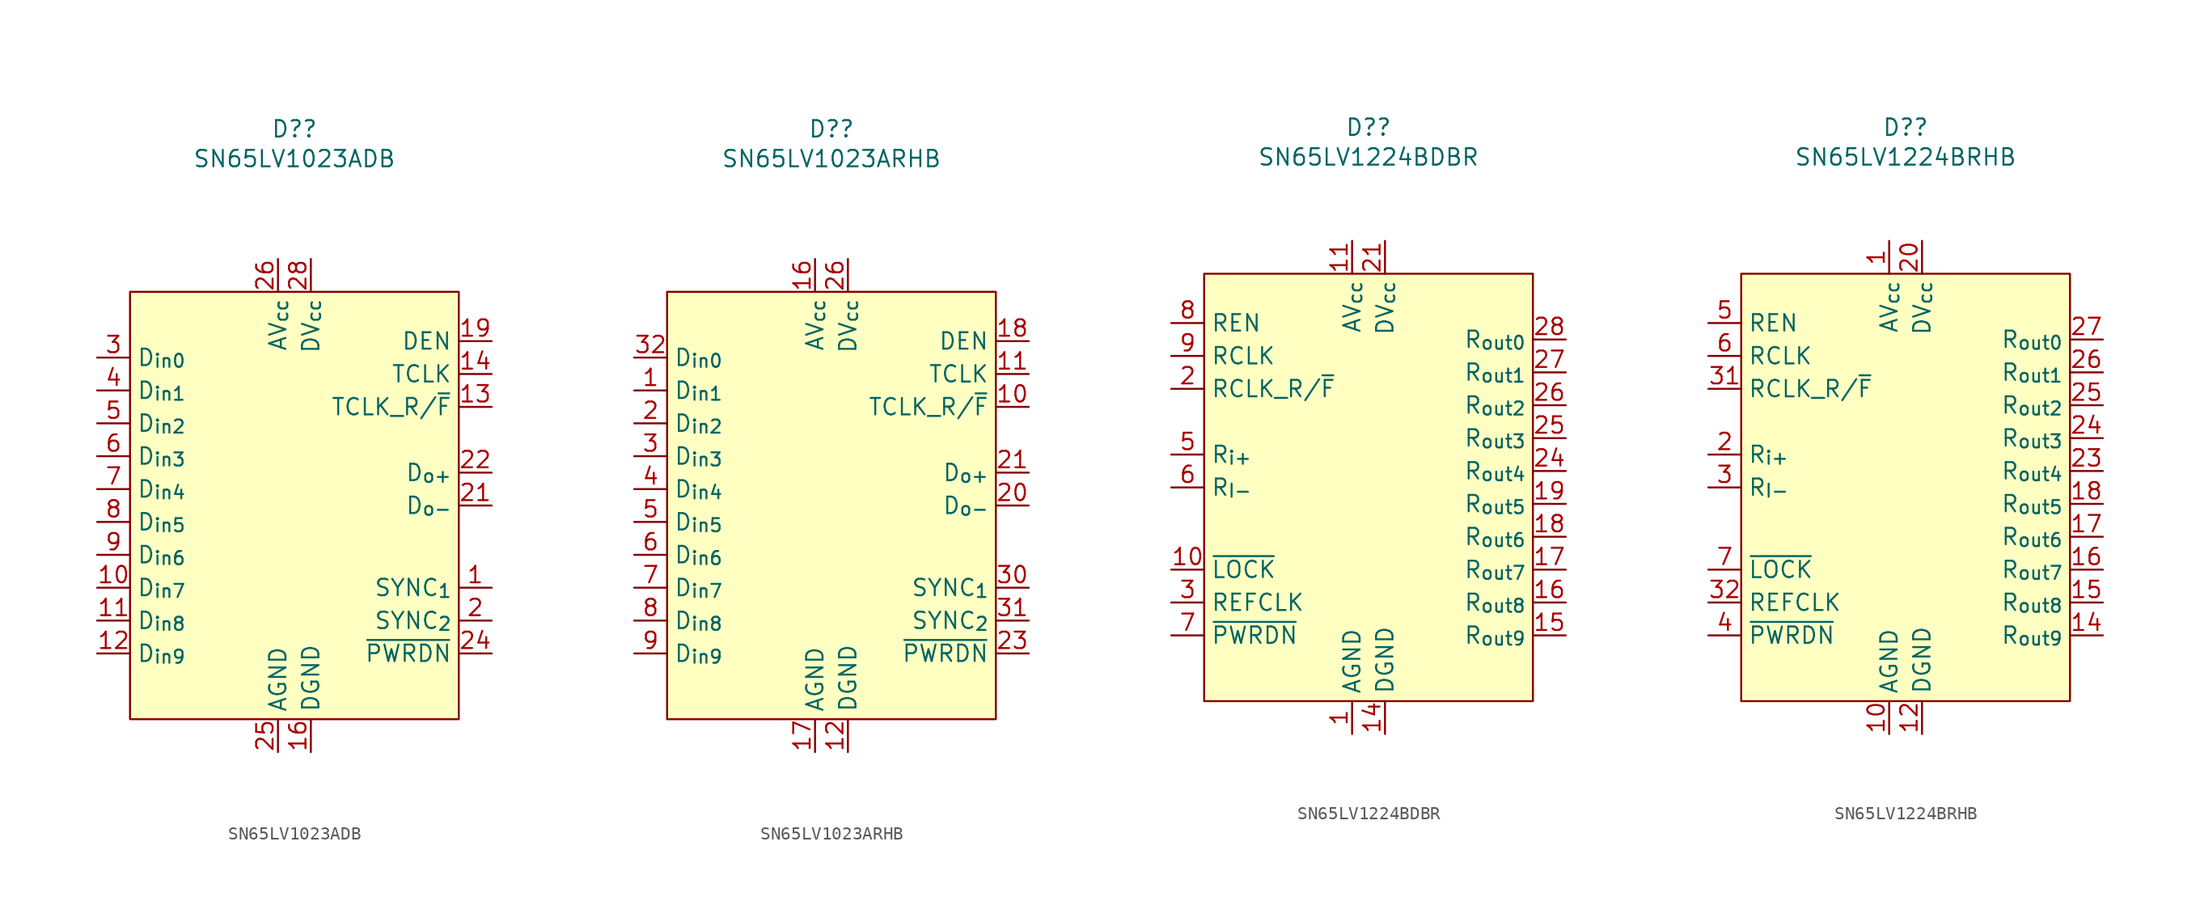
<source format=kicad_sym>
(kicad_symbol_lib
  (version 20211014)
  (generator kicad_symbol_editor)
  (symbol "SN65LV1023ADB"
    (property "Reference" "D?"
      (at 0 2.417 0)
      (effects (font (size 1.27 1.27))))
    (property "Value" "SN65LV1023ADB"
      (at 0 0.118 0)
      (effects (font (size 1.27 1.27))))
    (symbol "SN65LV1023ADB_0_1"
      (rectangle (start -12.7 -10.16) (end 12.7 -43.18) (stroke (width 0.152) (type default) (color 0 0 0 0)) (fill (type background))))
    (symbol "SN65LV1023ADB_1_1"
      (pin input line (at 15.24 -33.02 180) (length 2.54) (name "SYNC_{1}" (effects (font (size 1.27 1.27)))) (number "1" (effects (font (size 1.27 1.27)))))
      (pin output line (at -15.24 -33.02 0) (length 2.54) (name "D_{in7}" (effects (font (size 1.27 1.27)))) (number "10" (effects (font (size 1.27 1.27)))))
      (pin output line (at -15.24 -35.56 0) (length 2.54) (name "D_{in8}" (effects (font (size 1.27 1.27)))) (number "11" (effects (font (size 1.27 1.27)))))
      (pin output line (at -15.24 -38.1 0) (length 2.54) (name "D_{in9}" (effects (font (size 1.27 1.27)))) (number "12" (effects (font (size 1.27 1.27)))))
      (pin input line (at 15.24 -19.05 180) (length 2.54) (name "TCLK_R/~{F}" (effects (font (size 1.27 1.27)))) (number "13" (effects (font (size 1.27 1.27)))))
      (pin input line (at 15.24 -16.51 180) (length 2.54) (name "TCLK" (effects (font (size 1.27 1.27)))) (number "14" (effects (font (size 1.27 1.27)))))
      (pin input line (at 1.27 -45.72 90) (length 2.54) hide (name "DGND" (effects (font (size 1.27 1.27)))) (number "15" (effects (font (size 1.27 1.27)))))
      (pin input line (at 1.27 -45.72 90) (length 2.54) (name "DGND" (effects (font (size 1.27 1.27)))) (number "16" (effects (font (size 1.27 1.27)))))
      (pin input line (at -1.27 -7.62 270) (length 2.54) hide (name "AV_{cc}" (effects (font (size 1.27 1.27)))) (number "17" (effects (font (size 1.27 1.27)))))
      (pin input line (at -1.27 -45.72 90) (length 2.54) hide (name "AGND" (effects (font (size 1.27 1.27)))) (number "18" (effects (font (size 1.27 1.27)))))
      (pin input line (at 15.24 -13.97 180) (length 2.54) (name "DEN" (effects (font (size 1.27 1.27)))) (number "19" (effects (font (size 1.27 1.27)))))
      (pin input line (at 15.24 -35.56 180) (length 2.54) (name "SYNC_{2}" (effects (font (size 1.27 1.27)))) (number "2" (effects (font (size 1.27 1.27)))))
      (pin input line (at -1.27 -45.72 90) (length 2.54) hide (name "AGND" (effects (font (size 1.27 1.27)))) (number "20" (effects (font (size 1.27 1.27)))))
      (pin input line (at 15.24 -26.67 180) (length 2.54) (name "D_{o-}" (effects (font (size 1.27 1.27)))) (number "21" (effects (font (size 1.27 1.27)))))
      (pin input line (at 15.24 -24.13 180) (length 2.54) (name "D_{o+}" (effects (font (size 1.27 1.27)))) (number "22" (effects (font (size 1.27 1.27)))))
      (pin input line (at -1.27 -45.72 90) (length 2.54) hide (name "AGND" (effects (font (size 1.27 1.27)))) (number "23" (effects (font (size 1.27 1.27)))))
      (pin input line (at 15.24 -38.1 180) (length 2.54) (name "~{PWRDN}" (effects (font (size 1.27 1.27)))) (number "24" (effects (font (size 1.27 1.27)))))
      (pin input line (at -1.27 -45.72 90) (length 2.54) (name "AGND" (effects (font (size 1.27 1.27)))) (number "25" (effects (font (size 1.27 1.27)))))
      (pin input line (at -1.27 -7.62 270) (length 2.54) (name "AV_{cc}" (effects (font (size 1.27 1.27)))) (number "26" (effects (font (size 1.27 1.27)))))
      (pin input line (at 1.27 -7.62 270) (length 2.54) hide (name "DV_{cc}" (effects (font (size 1.27 1.27)))) (number "27" (effects (font (size 1.27 1.27)))))
      (pin input line (at 1.27 -7.62 270) (length 2.54) (name "DV_{cc}" (effects (font (size 1.27 1.27)))) (number "28" (effects (font (size 1.27 1.27)))))
      (pin output line (at -15.24 -15.24 0) (length 2.54) (name "D_{in0}" (effects (font (size 1.27 1.27)))) (number "3" (effects (font (size 1.27 1.27)))))
      (pin output line (at -15.24 -17.78 0) (length 2.54) (name "D_{in1}" (effects (font (size 1.27 1.27)))) (number "4" (effects (font (size 1.27 1.27)))))
      (pin output line (at -15.24 -20.32 0) (length 2.54) (name "D_{in2}" (effects (font (size 1.27 1.27)))) (number "5" (effects (font (size 1.27 1.27)))))
      (pin output line (at -15.24 -22.86 0) (length 2.54) (name "D_{in3}" (effects (font (size 1.27 1.27)))) (number "6" (effects (font (size 1.27 1.27)))))
      (pin output line (at -15.24 -25.4 0) (length 2.54) (name "D_{in4}" (effects (font (size 1.27 1.27)))) (number "7" (effects (font (size 1.27 1.27)))))
      (pin output line (at -15.24 -27.94 0) (length 2.54) (name "D_{in5}" (effects (font (size 1.27 1.27)))) (number "8" (effects (font (size 1.27 1.27)))))
      (pin output line (at -15.24 -30.48 0) (length 2.54) (name "D_{in6}" (effects (font (size 1.27 1.27)))) (number "9" (effects (font (size 1.27 1.27)))))))
  (symbol "SN65LV1023ARHB"
    (property "Reference" "D?"
      (at 0 2.417 0)
      (effects (font (size 1.27 1.27))))
    (property "Value" "SN65LV1023ARHB"
      (at 0 0.118 0)
      (effects (font (size 1.27 1.27))))
    (symbol "SN65LV1023ARHB_0_1"
      (rectangle (start -12.7 -10.16) (end 12.7 -43.18) (stroke (width 0.152) (type default) (color 0 0 0 0)) (fill (type background))))
    (symbol "SN65LV1023ARHB_1_1"
      (pin output line (at -15.24 -17.78 0) (length 2.54) (name "D_{in1}" (effects (font (size 1.27 1.27)))) (number "1" (effects (font (size 1.27 1.27)))))
      (pin input line (at 15.24 -19.05 180) (length 2.54) (name "TCLK_R/~{F}" (effects (font (size 1.27 1.27)))) (number "10" (effects (font (size 1.27 1.27)))))
      (pin input line (at 15.24 -16.51 180) (length 2.54) (name "TCLK" (effects (font (size 1.27 1.27)))) (number "11" (effects (font (size 1.27 1.27)))))
      (pin input line (at 1.27 -45.72 90) (length 2.54) (name "DGND" (effects (font (size 1.27 1.27)))) (number "12" (effects (font (size 1.27 1.27)))))
      (pin input line (at 1.27 -45.72 90) (length 2.54) hide (name "DGND" (effects (font (size 1.27 1.27)))) (number "13" (effects (font (size 1.27 1.27)))))
      (pin input line (at 1.27 -45.72 90) (length 2.54) hide (name "DGND" (effects (font (size 1.27 1.27)))) (number "14" (effects (font (size 1.27 1.27)))))
      (pin input line (at 1.27 -45.72 90) (length 2.54) hide (name "DGND" (effects (font (size 1.27 1.27)))) (number "15" (effects (font (size 1.27 1.27)))))
      (pin input line (at -1.27 -7.62 270) (length 2.54) (name "AV_{cc}" (effects (font (size 1.27 1.27)))) (number "16" (effects (font (size 1.27 1.27)))))
      (pin input line (at -1.27 -45.72 90) (length 2.54) (name "AGND" (effects (font (size 1.27 1.27)))) (number "17" (effects (font (size 1.27 1.27)))))
      (pin input line (at 15.24 -13.97 180) (length 2.54) (name "DEN" (effects (font (size 1.27 1.27)))) (number "18" (effects (font (size 1.27 1.27)))))
      (pin input line (at -1.27 -45.72 90) (length 2.54) hide (name "AGND" (effects (font (size 1.27 1.27)))) (number "19" (effects (font (size 1.27 1.27)))))
      (pin output line (at -15.24 -20.32 0) (length 2.54) (name "D_{in2}" (effects (font (size 1.27 1.27)))) (number "2" (effects (font (size 1.27 1.27)))))
      (pin input line (at 15.24 -26.67 180) (length 2.54) (name "D_{o-}" (effects (font (size 1.27 1.27)))) (number "20" (effects (font (size 1.27 1.27)))))
      (pin input line (at 15.24 -24.13 180) (length 2.54) (name "D_{o+}" (effects (font (size 1.27 1.27)))) (number "21" (effects (font (size 1.27 1.27)))))
      (pin input line (at -1.27 -45.72 90) (length 2.54) hide (name "AGND" (effects (font (size 1.27 1.27)))) (number "22" (effects (font (size 1.27 1.27)))))
      (pin input line (at 15.24 -38.1 180) (length 2.54) (name "~{PWRDN}" (effects (font (size 1.27 1.27)))) (number "23" (effects (font (size 1.27 1.27)))))
      (pin input line (at -1.27 -45.72 90) (length 2.54) hide (name "AGND" (effects (font (size 1.27 1.27)))) (number "24" (effects (font (size 1.27 1.27)))))
      (pin input line (at -1.27 -7.62 270) (length 2.54) hide (name "AV_{cc}" (effects (font (size 1.27 1.27)))) (number "25" (effects (font (size 1.27 1.27)))))
      (pin input line (at 1.27 -7.62 270) (length 2.54) (name "DV_{cc}" (effects (font (size 1.27 1.27)))) (number "26" (effects (font (size 1.27 1.27)))))
      (pin input line (at 1.27 -7.62 270) (length 2.54) hide (name "DV_{cc}" (effects (font (size 1.27 1.27)))) (number "27" (effects (font (size 1.27 1.27)))))
      (pin input line (at 1.27 -7.62 270) (length 2.54) hide (name "DV_{cc}" (effects (font (size 1.27 1.27)))) (number "28" (effects (font (size 1.27 1.27)))))
      (pin input line (at 1.27 -7.62 270) (length 2.54) hide (name "DV_{cc}" (effects (font (size 1.27 1.27)))) (number "29" (effects (font (size 1.27 1.27)))))
      (pin output line (at -15.24 -22.86 0) (length 2.54) (name "D_{in3}" (effects (font (size 1.27 1.27)))) (number "3" (effects (font (size 1.27 1.27)))))
      (pin input line (at 15.24 -33.02 180) (length 2.54) (name "SYNC_{1}" (effects (font (size 1.27 1.27)))) (number "30" (effects (font (size 1.27 1.27)))))
      (pin input line (at 15.24 -35.56 180) (length 2.54) (name "SYNC_{2}" (effects (font (size 1.27 1.27)))) (number "31" (effects (font (size 1.27 1.27)))))
      (pin output line (at -15.24 -15.24 0) (length 2.54) (name "D_{in0}" (effects (font (size 1.27 1.27)))) (number "32" (effects (font (size 1.27 1.27)))))
      (pin input line (at 1.27 -45.72 90) (length 2.54) hide (name "DGND" (effects (font (size 1.27 1.27)))) (number "33" (effects (font (size 1.27 1.27)))))
      (pin output line (at -15.24 -25.4 0) (length 2.54) (name "D_{in4}" (effects (font (size 1.27 1.27)))) (number "4" (effects (font (size 1.27 1.27)))))
      (pin output line (at -15.24 -27.94 0) (length 2.54) (name "D_{in5}" (effects (font (size 1.27 1.27)))) (number "5" (effects (font (size 1.27 1.27)))))
      (pin output line (at -15.24 -30.48 0) (length 2.54) (name "D_{in6}" (effects (font (size 1.27 1.27)))) (number "6" (effects (font (size 1.27 1.27)))))
      (pin output line (at -15.24 -33.02 0) (length 2.54) (name "D_{in7}" (effects (font (size 1.27 1.27)))) (number "7" (effects (font (size 1.27 1.27)))))
      (pin output line (at -15.24 -35.56 0) (length 2.54) (name "D_{in8}" (effects (font (size 1.27 1.27)))) (number "8" (effects (font (size 1.27 1.27)))))
      (pin output line (at -15.24 -38.1 0) (length 2.54) (name "D_{in9}" (effects (font (size 1.27 1.27)))) (number "9" (effects (font (size 1.27 1.27)))))))
  (symbol "SN65LV1224BDBR"
    (property "Reference" "D?"
      (at 0 2.417 0)
      (effects (font (size 1.27 1.27))))
    (property "Value" "SN65LV1224BDBR"
      (at 0 0.118 0)
      (effects (font (size 1.27 1.27))))
    (symbol "SN65LV1224BDBR_0_1"
      (rectangle (start -12.7 -8.89) (end 12.7 -41.91) (stroke (width 0.152) (type default) (color 0 0 0 0)) (fill (type background))))
    (symbol "SN65LV1224BDBR_1_1"
      (pin input line (at -1.27 -44.45 90) (length 2.54) (name "AGND" (effects (font (size 1.27 1.27)))) (number "1" (effects (font (size 1.27 1.27)))))
      (pin input line (at -15.24 -31.75 0) (length 2.54) (name "~{LOCK}" (effects (font (size 1.27 1.27)))) (number "10" (effects (font (size 1.27 1.27)))))
      (pin input line (at -1.27 -6.35 270) (length 2.54) (name "AV_{cc}" (effects (font (size 1.27 1.27)))) (number "11" (effects (font (size 1.27 1.27)))))
      (pin input line (at -1.27 -44.45 90) (length 2.54) hide (name "AGND" (effects (font (size 1.27 1.27)))) (number "12" (effects (font (size 1.27 1.27)))))
      (pin input line (at -1.27 -44.45 90) (length 2.54) hide (name "AGND" (effects (font (size 1.27 1.27)))) (number "13" (effects (font (size 1.27 1.27)))))
      (pin input line (at 1.27 -44.45 90) (length 2.54) (name "DGND" (effects (font (size 1.27 1.27)))) (number "14" (effects (font (size 1.27 1.27)))))
      (pin output line (at 15.24 -36.83 180) (length 2.54) (name "R_{out9}" (effects (font (size 1.27 1.27)))) (number "15" (effects (font (size 1.27 1.27)))))
      (pin output line (at 15.24 -34.29 180) (length 2.54) (name "R_{out8}" (effects (font (size 1.27 1.27)))) (number "16" (effects (font (size 1.27 1.27)))))
      (pin output line (at 15.24 -31.75 180) (length 2.54) (name "R_{out7}" (effects (font (size 1.27 1.27)))) (number "17" (effects (font (size 1.27 1.27)))))
      (pin output line (at 15.24 -29.21 180) (length 2.54) (name "R_{out6}" (effects (font (size 1.27 1.27)))) (number "18" (effects (font (size 1.27 1.27)))))
      (pin output line (at 15.24 -26.67 180) (length 2.54) (name "R_{out5}" (effects (font (size 1.27 1.27)))) (number "19" (effects (font (size 1.27 1.27)))))
      (pin input line (at -15.24 -17.78 0) (length 2.54) (name "RCLK_R/~{F}" (effects (font (size 1.27 1.27)))) (number "2" (effects (font (size 1.27 1.27)))))
      (pin input line (at 1.27 -44.45 90) (length 2.54) hide (name "DGND" (effects (font (size 1.27 1.27)))) (number "20" (effects (font (size 1.27 1.27)))))
      (pin input line (at 1.27 -6.35 270) (length 2.54) (name "DV_{cc}" (effects (font (size 1.27 1.27)))) (number "21" (effects (font (size 1.27 1.27)))))
      (pin input line (at 1.27 -44.45 90) (length 2.54) hide (name "DGND" (effects (font (size 1.27 1.27)))) (number "22" (effects (font (size 1.27 1.27)))))
      (pin input line (at 1.27 -6.35 270) (length 2.54) hide (name "DV_{cc}" (effects (font (size 1.27 1.27)))) (number "23" (effects (font (size 1.27 1.27)))))
      (pin output line (at 15.24 -24.13 180) (length 2.54) (name "R_{out4}" (effects (font (size 1.27 1.27)))) (number "24" (effects (font (size 1.27 1.27)))))
      (pin output line (at 15.24 -21.59 180) (length 2.54) (name "R_{out3}" (effects (font (size 1.27 1.27)))) (number "25" (effects (font (size 1.27 1.27)))))
      (pin output line (at 15.24 -19.05 180) (length 2.54) (name "R_{out2}" (effects (font (size 1.27 1.27)))) (number "26" (effects (font (size 1.27 1.27)))))
      (pin output line (at 15.24 -16.51 180) (length 2.54) (name "R_{out1}" (effects (font (size 1.27 1.27)))) (number "27" (effects (font (size 1.27 1.27)))))
      (pin output line (at 15.24 -13.97 180) (length 2.54) (name "R_{out0}" (effects (font (size 1.27 1.27)))) (number "28" (effects (font (size 1.27 1.27)))))
      (pin input line (at -15.24 -34.29 0) (length 2.54) (name "REFCLK" (effects (font (size 1.27 1.27)))) (number "3" (effects (font (size 1.27 1.27)))))
      (pin input line (at -1.27 -6.35 270) (length 2.54) hide (name "AV_{cc}" (effects (font (size 1.27 1.27)))) (number "4" (effects (font (size 1.27 1.27)))))
      (pin input line (at -15.24 -22.86 0) (length 2.54) (name "R_{i+}" (effects (font (size 1.27 1.27)))) (number "5" (effects (font (size 1.27 1.27)))))
      (pin input line (at -15.24 -25.4 0) (length 2.54) (name "R_{I-}" (effects (font (size 1.27 1.27)))) (number "6" (effects (font (size 1.27 1.27)))))
      (pin input line (at -15.24 -36.83 0) (length 2.54) (name "~{PWRDN}" (effects (font (size 1.27 1.27)))) (number "7" (effects (font (size 1.27 1.27)))))
      (pin input line (at -15.24 -12.7 0) (length 2.54) (name "REN" (effects (font (size 1.27 1.27)))) (number "8" (effects (font (size 1.27 1.27)))))
      (pin input line (at -15.24 -15.24 0) (length 2.54) (name "RCLK" (effects (font (size 1.27 1.27)))) (number "9" (effects (font (size 1.27 1.27)))))))
  (symbol "SN65LV1224BRHB"
    (property "Reference" "D?"
      (at 0 2.417 0)
      (effects (font (size 1.27 1.27))))
    (property "Value" "SN65LV1224BRHB"
      (at 0 0.118 0)
      (effects (font (size 1.27 1.27))))
    (symbol "SN65LV1224BRHB_0_1"
      (rectangle (start -12.7 -8.89) (end 12.7 -41.91) (stroke (width 0.152) (type default) (color 0 0 0 0)) (fill (type background))))
    (symbol "SN65LV1224BRHB_1_1"
      (pin input line (at -1.27 -6.35 270) (length 2.54) (name "AV_{cc}" (effects (font (size 1.27 1.27)))) (number "1" (effects (font (size 1.27 1.27)))))
      (pin input line (at -1.27 -44.45 90) (length 2.54) (name "AGND" (effects (font (size 1.27 1.27)))) (number "10" (effects (font (size 1.27 1.27)))))
      (pin input line (at -1.27 -44.45 90) (length 2.54) hide (name "AGND" (effects (font (size 1.27 1.27)))) (number "11" (effects (font (size 1.27 1.27)))))
      (pin input line (at 1.27 -44.45 90) (length 2.54) (name "DGND" (effects (font (size 1.27 1.27)))) (number "12" (effects (font (size 1.27 1.27)))))
      (pin input line (at 1.27 -44.45 90) (length 2.54) hide (name "DGND" (effects (font (size 1.27 1.27)))) (number "13" (effects (font (size 1.27 1.27)))))
      (pin output line (at 15.24 -36.83 180) (length 2.54) (name "R_{out9}" (effects (font (size 1.27 1.27)))) (number "14" (effects (font (size 1.27 1.27)))))
      (pin output line (at 15.24 -34.29 180) (length 2.54) (name "R_{out8}" (effects (font (size 1.27 1.27)))) (number "15" (effects (font (size 1.27 1.27)))))
      (pin output line (at 15.24 -31.75 180) (length 2.54) (name "R_{out7}" (effects (font (size 1.27 1.27)))) (number "16" (effects (font (size 1.27 1.27)))))
      (pin output line (at 15.24 -29.21 180) (length 2.54) (name "R_{out6}" (effects (font (size 1.27 1.27)))) (number "17" (effects (font (size 1.27 1.27)))))
      (pin output line (at 15.24 -26.67 180) (length 2.54) (name "R_{out5}" (effects (font (size 1.27 1.27)))) (number "18" (effects (font (size 1.27 1.27)))))
      (pin input line (at 1.27 -44.45 90) (length 2.54) hide (name "DGND" (effects (font (size 1.27 1.27)))) (number "19" (effects (font (size 1.27 1.27)))))
      (pin input line (at -15.24 -22.86 0) (length 2.54) (name "R_{i+}" (effects (font (size 1.27 1.27)))) (number "2" (effects (font (size 1.27 1.27)))))
      (pin input line (at 1.27 -6.35 270) (length 2.54) (name "DV_{cc}" (effects (font (size 1.27 1.27)))) (number "20" (effects (font (size 1.27 1.27)))))
      (pin input line (at 1.27 -44.45 90) (length 2.54) hide (name "DGND" (effects (font (size 1.27 1.27)))) (number "21" (effects (font (size 1.27 1.27)))))
      (pin input line (at 1.27 -6.35 270) (length 2.54) hide (name "DV_{cc}" (effects (font (size 1.27 1.27)))) (number "22" (effects (font (size 1.27 1.27)))))
      (pin output line (at 15.24 -24.13 180) (length 2.54) (name "R_{out4}" (effects (font (size 1.27 1.27)))) (number "23" (effects (font (size 1.27 1.27)))))
      (pin output line (at 15.24 -21.59 180) (length 2.54) (name "R_{out3}" (effects (font (size 1.27 1.27)))) (number "24" (effects (font (size 1.27 1.27)))))
      (pin output line (at 15.24 -19.05 180) (length 2.54) (name "R_{out2}" (effects (font (size 1.27 1.27)))) (number "25" (effects (font (size 1.27 1.27)))))
      (pin output line (at 15.24 -16.51 180) (length 2.54) (name "R_{out1}" (effects (font (size 1.27 1.27)))) (number "26" (effects (font (size 1.27 1.27)))))
      (pin output line (at 15.24 -13.97 180) (length 2.54) (name "R_{out0}" (effects (font (size 1.27 1.27)))) (number "27" (effects (font (size 1.27 1.27)))))
      (pin input line (at -1.27 -44.45 90) (length 2.54) hide (name "AGND" (effects (font (size 1.27 1.27)))) (number "28" (effects (font (size 1.27 1.27)))))
      (pin input line (at -1.27 -44.45 90) (length 2.54) hide (name "AGND" (effects (font (size 1.27 1.27)))) (number "29" (effects (font (size 1.27 1.27)))))
      (pin input line (at -15.24 -25.4 0) (length 2.54) (name "R_{I-}" (effects (font (size 1.27 1.27)))) (number "3" (effects (font (size 1.27 1.27)))))
      (pin input line (at -1.27 -44.45 90) (length 2.54) hide (name "AGND" (effects (font (size 1.27 1.27)))) (number "30" (effects (font (size 1.27 1.27)))))
      (pin input line (at -15.24 -17.78 0) (length 2.54) (name "RCLK_R/~{F}" (effects (font (size 1.27 1.27)))) (number "31" (effects (font (size 1.27 1.27)))))
      (pin input line (at -15.24 -34.29 0) (length 2.54) (name "REFCLK" (effects (font (size 1.27 1.27)))) (number "32" (effects (font (size 1.27 1.27)))))
      (pin input line (at 1.27 -44.45 90) (length 2.54) hide (name "DGND" (effects (font (size 1.27 1.27)))) (number "33" (effects (font (size 1.27 1.27)))))
      (pin input line (at -15.24 -36.83 0) (length 2.54) (name "~{PWRDN}" (effects (font (size 1.27 1.27)))) (number "4" (effects (font (size 1.27 1.27)))))
      (pin input line (at -15.24 -12.7 0) (length 2.54) (name "REN" (effects (font (size 1.27 1.27)))) (number "5" (effects (font (size 1.27 1.27)))))
      (pin input line (at -15.24 -15.24 0) (length 2.54) (name "RCLK" (effects (font (size 1.27 1.27)))) (number "6" (effects (font (size 1.27 1.27)))))
      (pin input line (at -15.24 -31.75 0) (length 2.54) (name "~{LOCK}" (effects (font (size 1.27 1.27)))) (number "7" (effects (font (size 1.27 1.27)))))
      (pin input line (at -1.27 -6.35 270) (length 2.54) hide (name "AV_{cc}" (effects (font (size 1.27 1.27)))) (number "8" (effects (font (size 1.27 1.27)))))
      (pin input line (at -1.27 -6.35 270) (length 2.54) hide (name "AV_{cc}" (effects (font (size 1.27 1.27)))) (number "9" (effects (font (size 1.27 1.27))))))))
</source>
